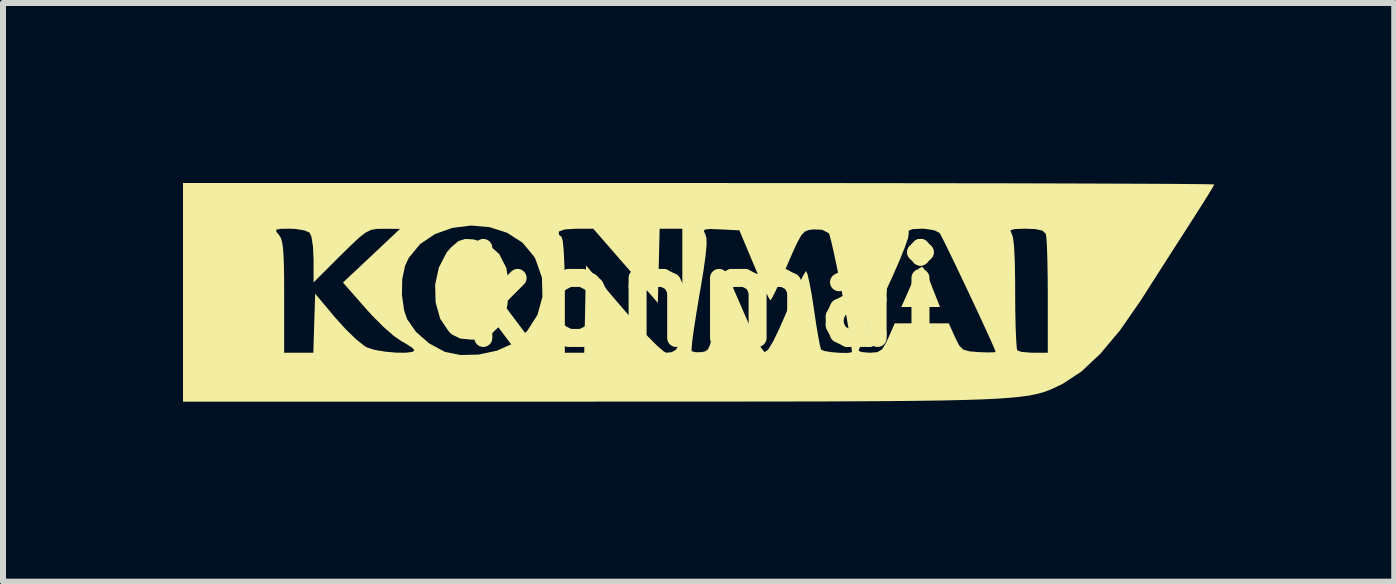
<source format=kicad_pcb>
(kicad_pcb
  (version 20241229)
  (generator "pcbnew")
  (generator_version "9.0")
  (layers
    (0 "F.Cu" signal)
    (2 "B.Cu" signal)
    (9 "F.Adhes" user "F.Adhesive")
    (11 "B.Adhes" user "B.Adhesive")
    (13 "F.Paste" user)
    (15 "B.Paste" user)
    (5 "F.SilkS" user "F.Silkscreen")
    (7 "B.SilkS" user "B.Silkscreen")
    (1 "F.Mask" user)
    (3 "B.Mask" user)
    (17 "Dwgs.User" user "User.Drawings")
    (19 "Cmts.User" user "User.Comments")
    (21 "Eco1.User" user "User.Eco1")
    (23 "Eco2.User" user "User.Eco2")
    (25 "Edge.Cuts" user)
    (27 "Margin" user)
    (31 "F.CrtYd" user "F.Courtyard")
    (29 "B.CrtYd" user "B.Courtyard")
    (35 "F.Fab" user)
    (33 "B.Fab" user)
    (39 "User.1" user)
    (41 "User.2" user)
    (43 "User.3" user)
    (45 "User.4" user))
  (footprint "konmai"
    (layer "F.Cu")
    (at 8.648 1.904)
    (property "Reference" "konmai" (at 0 0 0) (layer "F.SilkS") (effects (font (size 1.5 1.5) (thickness 0.3))))
    (attr board_only exclude_from_pos_files exclude_from_bom)
    (fp_poly (pts (xy 3.728 -0.437) (xy 3.8 -0.267) (xy 3.857 -0.12) (xy 3.969 0.163) (xy 3.646 0.163) (xy 3.324 0.163) (xy 3.462 -0.15) (xy 3.557 -0.364) (xy 3.622 -0.484) (xy 3.674 -0.508)) (stroke (width 0) (type solid)) (fill yes) (layer "F.SilkS"))
    (fp_poly (pts (xy -3.799 -0.963) (xy -3.559 -0.882) (xy -3.377 -0.719) (xy -3.259 -0.488) (xy -3.212 -0.202) (xy -3.241 0.123) (xy -3.268 0.238) (xy -3.375 0.484) (xy -3.537 0.638) (xy -3.759 0.704) (xy -3.834 0.707) (xy -4.028 0.688) (xy -4.164 0.622) (xy -4.213 0.578) (xy -4.361 0.359) (xy -4.438 0.087) (xy -4.446 -0.208) (xy -4.384 -0.495) (xy -4.254 -0.746) (xy -4.18 -0.832) (xy -4.058 -0.936) (xy -3.944 -0.972)) (stroke (width 0) (type solid)) (fill yes) (layer "F.SilkS"))
    (fp_poly (pts (xy 0.903 -1.903) (xy 1.831 -1.903) (xy 2.723 -1.902) (xy 3.574 -1.901) (xy 4.377 -1.9) (xy 5.127 -1.899) (xy 5.818 -1.897) (xy 6.445 -1.895) (xy 7.001 -1.893) (xy 7.48 -1.891) (xy 7.878 -1.889) (xy 8.187 -1.886) (xy 8.403 -1.884) (xy 8.52 -1.881) (xy 8.539 -1.879) (xy 8.511 -1.827) (xy 8.435 -1.701) (xy 8.32 -1.518) (xy 8.177 -1.294) (xy 8.118 -1.201) (xy 7.918 -0.891) (xy 7.695 -0.543) (xy 7.477 -0.202) (xy 7.305 0.067) (xy 6.972 0.547) (xy 6.643 0.94) (xy 6.323 1.24) (xy 6.019 1.439) (xy 6.01 1.444) (xy 5.924 1.486) (xy 5.843 1.524) (xy 5.762 1.558) (xy 5.674 1.588) (xy 5.574 1.614) (xy 5.455 1.638) (xy 5.312 1.658) (xy 5.139 1.675) (xy 4.93 1.69) (xy 4.68 1.702) (xy 4.381 1.712) (xy 4.029 1.72) (xy 3.617 1.726) (xy 3.141 1.731) (xy 2.592 1.734) (xy 1.967 1.737) (xy 1.259 1.738) (xy 0.462 1.739) (xy -0.43 1.739) (xy -1.423 1.739) (xy -1.836 1.74) (xy -8.648 1.74) (xy -8.648 -0.082) (xy -8.648 -1.125) (xy -7.096 -1.125) (xy -7.09 -1.088) (xy -7.052 -1.043) (xy -7.018 -0.991) (xy -6.994 -0.911) (xy -6.978 -0.786) (xy -6.968 -0.6) (xy -6.963 -0.336) (xy -6.962 -0.009) (xy -6.962 0.925) (xy -6.719 0.925) (xy -6.476 0.925) (xy -6.461 0.433) (xy -6.445 -0.059) (xy -6.106 0.345) (xy -5.937 0.532) (xy -5.769 0.695) (xy -5.63 0.807) (xy -5.581 0.837) (xy -5.455 0.877) (xy -5.285 0.906) (xy -5.103 0.923) (xy -4.939 0.925) (xy -4.825 0.911) (xy -4.789 0.884) (xy -4.834 0.837) (xy -4.946 0.766) (xy -5.005 0.734) (xy -5.132 0.647) (xy -5.302 0.498) (xy -5.487 0.314) (xy -5.6 0.19) (xy -5.798 -0.036) (xy -4.999 -0.036) (xy -4.962 0.22) (xy -4.914 0.363) (xy -4.765 0.577) (xy -4.545 0.769) (xy -4.29 0.907) (xy -4.284 0.91) (xy -4.023 0.963) (xy -3.72 0.955) (xy -3.418 0.891) (xy -3.165 0.779) (xy -2.912 0.563) (xy -2.74 0.293) (xy -2.657 -0.01) (xy -2.666 -0.327) (xy -2.774 -0.637) (xy -2.796 -0.677) (xy -2.99 -0.91) (xy -3.244 -1.073) (xy -3.31 -1.095) (xy -2.384 -1.095) (xy -2.383 -1.042) (xy -2.339 -1.006) (xy -2.319 -0.94) (xy -2.303 -0.778) (xy -2.291 -0.53) (xy -2.285 -0.21) (xy -2.284 -0.024) (xy -2.284 0.925) (xy -2.123 0.925) (xy -1.961 0.925) (xy -1.946 0.197) (xy -1.931 -0.53) (xy -1.309 0.197) (xy -1.088 0.45) (xy -0.894 0.66) (xy -0.738 0.816) (xy -0.631 0.906) (xy -0.593 0.925) (xy -0.503 0.915) (xy -0.435 0.878) (xy -0.425 0.861) (xy -0.172 0.861) (xy -0.17 0.9) (xy -0.099 0.917) (xy -0.002 0.914) (xy 0.056 0.902) (xy 0.1 0.869) (xy 0.134 0.799) (xy 0.167 0.673) (xy 0.205 0.472) (xy 0.245 0.231) (xy 0.288 -0.022) (xy 0.328 -0.231) (xy 0.36 -0.375) (xy 0.38 -0.434) (xy 0.381 -0.434) (xy 0.411 -0.387) (xy 0.474 -0.257) (xy 0.561 -0.064) (xy 0.664 0.174) (xy 0.689 0.232) (xy 0.798 0.48) (xy 0.9 0.688) (xy 0.984 0.838) (xy 1.04 0.91) (xy 1.047 0.913) (xy 1.101 0.877) (xy 1.181 0.749) (xy 1.29 0.525) (xy 1.411 0.247) (xy 1.518 -0.002) (xy 1.613 -0.21) (xy 1.687 -0.36) (xy 1.731 -0.431) (xy 1.737 -0.435) (xy 1.76 -0.385) (xy 1.792 -0.248) (xy 1.83 -0.045) (xy 1.867 0.194) (xy 1.904 0.446) (xy 1.94 0.659) (xy 1.969 0.81) (xy 1.987 0.874) (xy 2.047 0.897) (xy 2.167 0.916) (xy 2.309 0.927) (xy 2.433 0.928) (xy 2.499 0.916) (xy 2.501 0.911) (xy 2.499 0.891) (xy 2.611 0.891) (xy 2.659 0.913) (xy 2.777 0.924) (xy 2.804 0.925) (xy 2.925 0.915) (xy 3.003 0.868) (xy 3.07 0.758) (xy 3.106 0.68) (xy 3.214 0.435) (xy 3.665 0.435) (xy 4.115 0.435) (xy 4.219 0.666) (xy 4.287 0.802) (xy 4.355 0.872) (xy 4.461 0.902) (xy 4.61 0.914) (xy 4.769 0.92) (xy 4.873 0.917) (xy 4.895 0.91) (xy 4.873 0.851) (xy 4.812 0.712) (xy 4.721 0.513) (xy 4.609 0.27) (xy 4.484 0.004) (xy 4.355 -0.269) (xy 4.231 -0.529) (xy 4.121 -0.757) (xy 4.032 -0.937) (xy 3.975 -1.048) (xy 3.959 -1.074) (xy 3.874 -1.116) (xy 3.849 -1.12) (xy 5.147 -1.12) (xy 5.148 -1.085) (xy 5.156 -1.077) (xy 5.183 -1.006) (xy 5.203 -0.85) (xy 5.215 -0.602) (xy 5.221 -0.255) (xy 5.221 -0.08) (xy 5.223 0.228) (xy 5.229 0.498) (xy 5.238 0.71) (xy 5.248 0.846) (xy 5.258 0.888) (xy 5.33 0.911) (xy 5.469 0.923) (xy 5.53 0.925) (xy 5.765 0.925) (xy 5.765 -0.023) (xy 5.763 -0.338) (xy 5.758 -0.619) (xy 5.751 -0.846) (xy 5.741 -0.999) (xy 5.732 -1.056) (xy 5.679 -1.109) (xy 5.559 -1.136) (xy 5.395 -1.142) (xy 5.224 -1.137) (xy 5.147 -1.12) (xy 3.849 -1.12) (xy 3.725 -1.14) (xy 3.659 -1.142) (xy 3.509 -1.135) (xy 3.446 -1.109) (xy 3.447 -1.059) (xy 3.435 -0.984) (xy 3.381 -0.829) (xy 3.292 -0.608) (xy 3.174 -0.339) (xy 3.045 -0.059) (xy 2.908 0.232) (xy 2.789 0.488) (xy 2.695 0.694) (xy 2.633 0.833) (xy 2.611 0.891) (xy 2.499 0.891) (xy 2.488 0.792) (xy 2.458 0.599) (xy 2.415 0.354) (xy 2.364 0.076) (xy 2.309 -0.212) (xy 2.253 -0.488) (xy 2.201 -0.733) (xy 2.157 -0.925) (xy 2.126 -1.043) (xy 2.115 -1.068) (xy 2.005 -1.124) (xy 1.86 -1.131) (xy 1.777 -1.12) (xy 1.713 -1.093) (xy 1.656 -1.031) (xy 1.592 -0.917) (xy 1.508 -0.735) (xy 1.42 -0.531) (xy 1.32 -0.302) (xy 1.234 -0.116) (xy 1.171 0.009) (xy 1.142 0.053) (xy 1.112 0.006) (xy 1.049 -0.122) (xy 0.964 -0.311) (xy 0.87 -0.531) (xy 0.625 -1.115) (xy 0.311 -1.131) (xy 0.136 -1.138) (xy 0.05 -1.129) (xy 0.032 -1.099) (xy 0.057 -1.05) (xy 0.076 -0.986) (xy 0.078 -0.873) (xy 0.062 -0.697) (xy 0.027 -0.445) (xy -0.03 -0.102) (xy -0.041 -0.041) (xy -0.091 0.261) (xy -0.132 0.523) (xy -0.16 0.73) (xy -0.172 0.861) (xy -0.425 0.861) (xy -0.387 0.798) (xy -0.356 0.664) (xy -0.337 0.462) (xy -0.328 0.177) (xy -0.326 -0.194) (xy -0.326 -1.142) (xy -0.515 -1.142) (xy -0.704 -1.142) (xy -0.719 -0.524) (xy -0.734 0.094) (xy -1.272 -0.524) (xy -1.81 -1.142) (xy -2.101 -1.142) (xy -2.287 -1.13) (xy -2.384 -1.095) (xy -3.31 -1.095) (xy -3.536 -1.168) (xy -3.848 -1.195) (xy -4.158 -1.156) (xy -4.448 -1.053) (xy -4.696 -0.886) (xy -4.884 -0.658) (xy -4.946 -0.527) (xy -4.994 -0.303) (xy -4.999 -0.036) (xy -5.798 -0.036) (xy -5.982 -0.245) (xy -5.506 -0.692) (xy -5.031 -1.139) (xy -5.302 -1.141) (xy -5.42 -1.139) (xy -5.514 -1.122) (xy -5.604 -1.078) (xy -5.712 -0.994) (xy -5.858 -0.857) (xy -6.023 -0.695) (xy -6.472 -0.247) (xy -6.472 -0.629) (xy -6.482 -0.847) (xy -6.507 -1.007) (xy -6.538 -1.077) (xy -6.627 -1.115) (xy -6.782 -1.139) (xy -6.872 -1.142) (xy -7.029 -1.14) (xy -7.096 -1.125) (xy -8.648 -1.125) (xy -8.648 -1.904) (xy -0.054 -1.904)) (stroke (width 0) (type solid)) (fill yes) (layer "F.SilkS")))
  (gr_rect
    (start -3 -3)
    (end 20.187 6.644)
    (stroke (width 0.1) (type default))
    (fill no)
    (layer "Edge.Cuts")))
</source>
